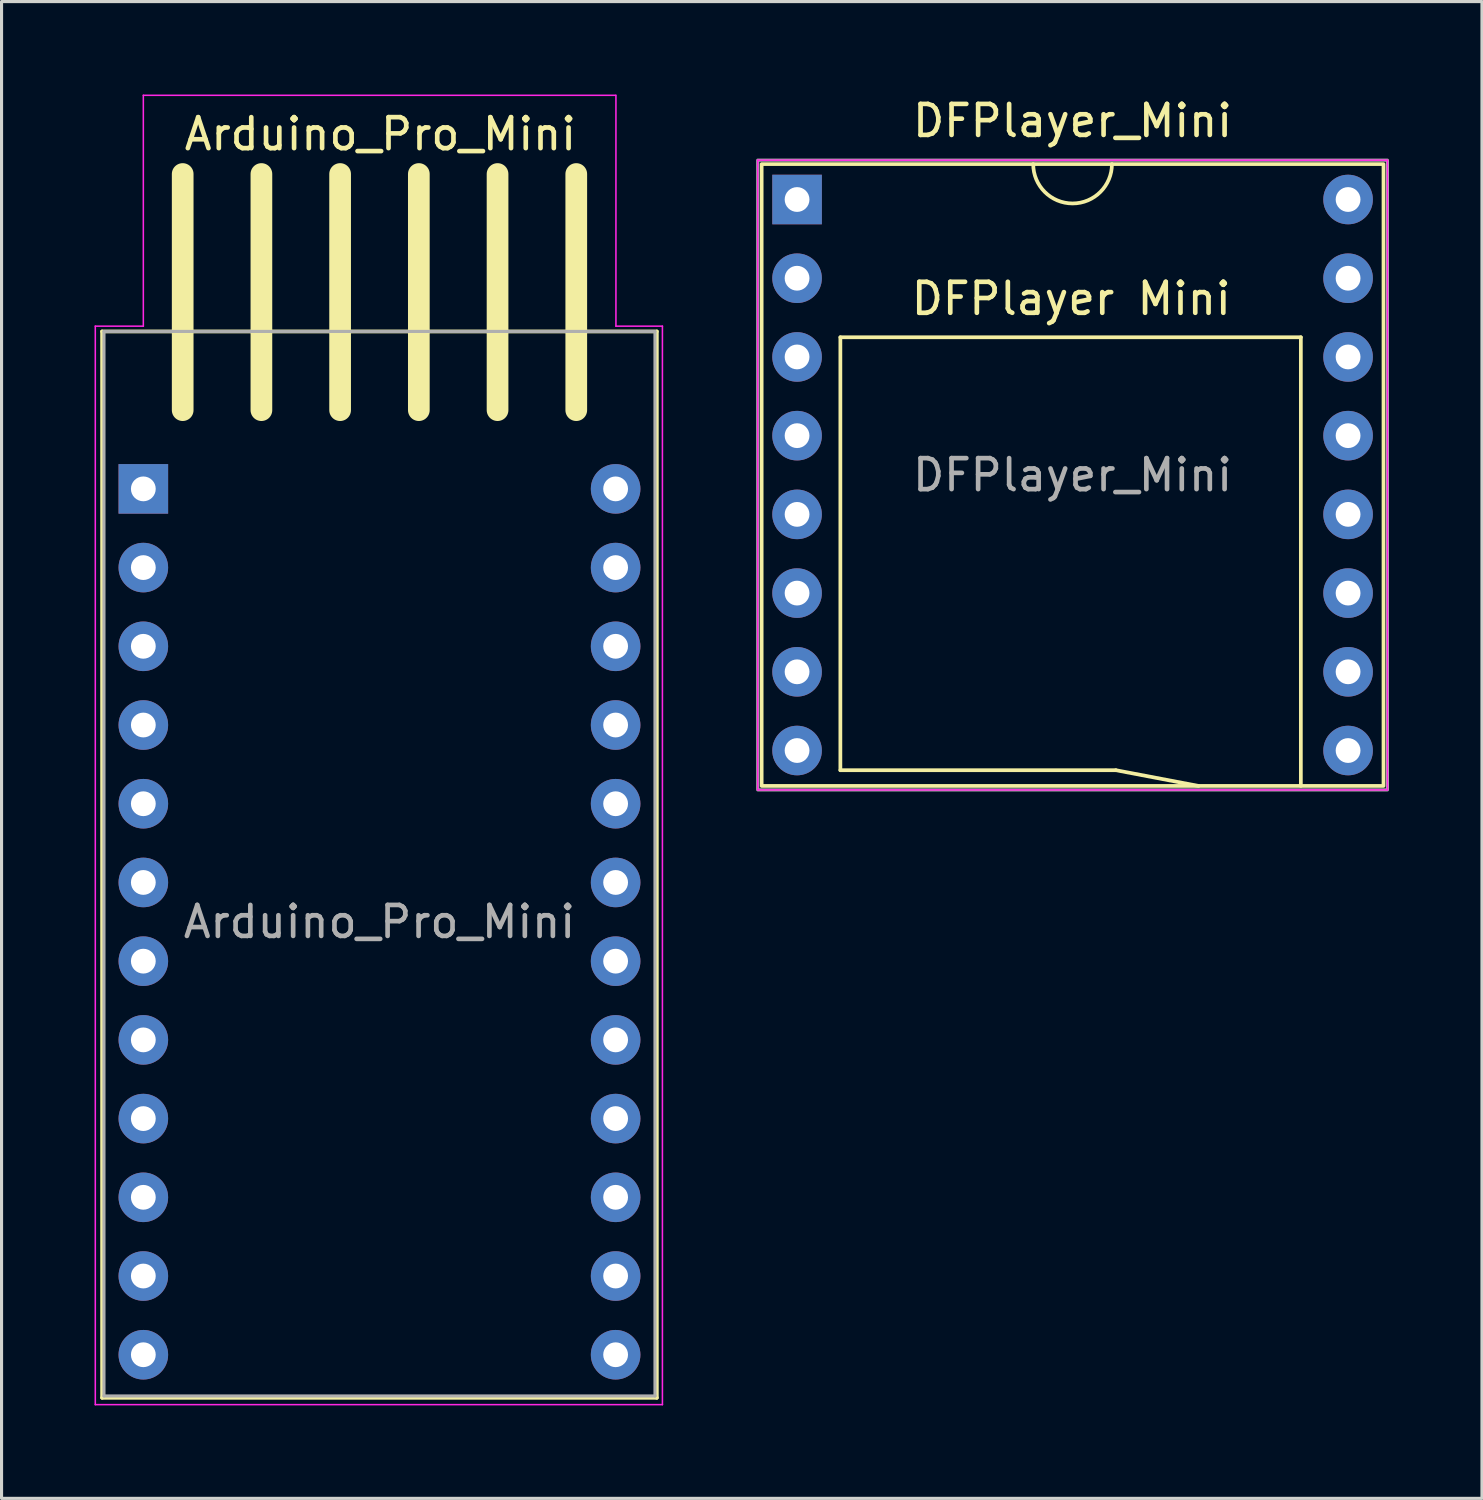
<source format=kicad_pcb>
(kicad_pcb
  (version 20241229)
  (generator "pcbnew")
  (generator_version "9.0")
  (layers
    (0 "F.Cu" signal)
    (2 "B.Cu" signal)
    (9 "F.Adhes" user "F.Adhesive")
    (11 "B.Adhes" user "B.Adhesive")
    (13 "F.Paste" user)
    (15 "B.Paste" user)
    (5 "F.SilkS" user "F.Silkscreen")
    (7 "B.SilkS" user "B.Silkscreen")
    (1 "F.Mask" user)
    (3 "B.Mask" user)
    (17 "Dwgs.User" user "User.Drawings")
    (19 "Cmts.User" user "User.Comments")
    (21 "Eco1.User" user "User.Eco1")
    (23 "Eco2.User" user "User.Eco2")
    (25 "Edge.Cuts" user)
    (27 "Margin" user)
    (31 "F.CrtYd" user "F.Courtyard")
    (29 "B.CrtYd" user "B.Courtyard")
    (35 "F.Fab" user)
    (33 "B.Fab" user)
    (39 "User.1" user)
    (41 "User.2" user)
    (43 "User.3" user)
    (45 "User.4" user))
  (footprint "DFPlayer_Mini"
    (layer "F.Cu")
    (at 22.67 3.388)
    (property "Reference" "DFPlayer_Mini" (at 8.89 -2.54 0) (layer "F.SilkS") (effects (font (size 1 1) (thickness 0.15))))
    (attr through_hole)
    (fp_line (start 1.397 4.445) (end 1.397 18.415) (stroke (width 0.12) (type solid)) (layer "F.SilkS"))
    (fp_line (start 1.397 4.445) (end 16.256 4.445) (stroke (width 0.12) (type solid)) (layer "F.SilkS"))
    (fp_line (start 1.397 18.415) (end 10.287 18.415) (stroke (width 0.12) (type solid)) (layer "F.SilkS"))
    (fp_line (start 12.954 18.923) (end 10.287 18.415) (stroke (width 0.12) (type solid)) (layer "F.SilkS"))
    (fp_line (start 16.256 4.445) (end 16.256 18.923) (stroke (width 0.12) (type solid)) (layer "F.SilkS"))
    (fp_rect (start -1.143 -1.143) (end 18.923 18.923) (stroke (width 0.12) (type solid)) (fill no) (layer "F.SilkS"))
    (fp_arc (start 10.16 -1.143) (mid 8.89 0.127) (end 7.62 -1.143) (stroke (width 0.12) (type solid)) (layer "F.SilkS"))
    (fp_line (start -1.27 -1.27) (end -1.27 19.05) (stroke (width 0.05) (type solid)) (layer "F.CrtYd"))
    (fp_line (start -1.27 19.05) (end 19.05 19.05) (stroke (width 0.05) (type solid)) (layer "F.CrtYd"))
    (fp_line (start 19.05 -1.27) (end -1.27 -1.27) (stroke (width 0.05) (type solid)) (layer "F.CrtYd"))
    (fp_line (start 19.05 19.05) (end 19.05 -1.27) (stroke (width 0.05) (type solid)) (layer "F.CrtYd"))
    (fp_rect (start -1.27 -1.27) (end 19.05 19.05) (stroke (width 0.1) (type solid)) (fill no) (layer "F.Fab"))
    (fp_text user "DFPlayer Mini" (at 3.607 3.785 0) (unlocked yes) (layer "F.SilkS") (effects (font (size 1 1) (thickness 0.15)) (justify left bottom)))
    (fp_text user "${REFERENCE}" (at 8.89 8.89 0) (layer "F.Fab") (effects (font (size 1 1) (thickness 0.15))))
    (pad "1" thru_hole rect (at 0 0) (size 1.6 1.6) (drill 0.8) (layers "*.Cu" "*.Mask"))
    (pad "2" thru_hole oval (at 0 2.54) (size 1.6 1.6) (drill 0.8) (layers "*.Cu" "*.Mask"))
    (pad "3" thru_hole oval (at 0 5.08) (size 1.6 1.6) (drill 0.8) (layers "*.Cu" "*.Mask"))
    (pad "4" thru_hole oval (at 0 7.62) (size 1.6 1.6) (drill 0.8) (layers "*.Cu" "*.Mask"))
    (pad "5" thru_hole oval (at 0 10.16) (size 1.6 1.6) (drill 0.8) (layers "*.Cu" "*.Mask"))
    (pad "6" thru_hole oval (at 0 12.7) (size 1.6 1.6) (drill 0.8) (layers "*.Cu" "*.Mask"))
    (pad "7" thru_hole oval (at 0 15.24) (size 1.6 1.6) (drill 0.8) (layers "*.Cu" "*.Mask"))
    (pad "8" thru_hole oval (at 0 17.78) (size 1.6 1.6) (drill 0.8) (layers "*.Cu" "*.Mask"))
    (pad "9" thru_hole oval (at 17.78 17.78) (size 1.6 1.6) (drill 0.8) (layers "*.Cu" "*.Mask"))
    (pad "10" thru_hole oval (at 17.78 15.24) (size 1.6 1.6) (drill 0.8) (layers "*.Cu" "*.Mask"))
    (pad "11" thru_hole oval (at 17.78 12.7) (size 1.6 1.6) (drill 0.8) (layers "*.Cu" "*.Mask"))
    (pad "12" thru_hole oval (at 17.78 10.16) (size 1.6 1.6) (drill 0.8) (layers "*.Cu" "*.Mask"))
    (pad "13" thru_hole oval (at 17.78 7.62) (size 1.6 1.6) (drill 0.8) (layers "*.Cu" "*.Mask"))
    (pad "14" thru_hole oval (at 17.78 5.08) (size 1.6 1.6) (drill 0.8) (layers "*.Cu" "*.Mask"))
    (pad "15" thru_hole oval (at 17.78 2.54) (size 1.6 1.6) (drill 0.8) (layers "*.Cu" "*.Mask"))
    (pad "16" thru_hole oval (at 17.78 0) (size 1.6 1.6) (drill 0.8) (layers "*.Cu" "*.Mask")))
  (footprint "Arduino_Pro_Mini"
    (layer "F.Cu")
    (at 1.575 12.725)
    (property "Reference" "Arduino_Pro_Mini" (at 7.65 -11.45 0) (layer "F.SilkS") (effects (font (size 1 1) (thickness 0.15))))
    (attr through_hole)
    (fp_line (start -1.33 -5.08) (end -1.33 29.33) (stroke (width 0.12) (type solid)) (layer "F.SilkS"))
    (fp_line (start -1.33 29.33) (end 16.57 29.33) (stroke (width 0.12) (type solid)) (layer "F.SilkS"))
    (fp_line (start 1.27 -2.54) (end 1.27 -10.16) (stroke (width 0.7) (type solid)) (layer "F.SilkS"))
    (fp_line (start 3.81 -2.54) (end 3.81 -10.16) (stroke (width 0.7) (type solid)) (layer "F.SilkS"))
    (fp_line (start 6.35 -2.54) (end 6.35 -10.16) (stroke (width 0.7) (type solid)) (layer "F.SilkS"))
    (fp_line (start 8.89 -2.54) (end 8.89 -10.16) (stroke (width 0.7) (type solid)) (layer "F.SilkS"))
    (fp_line (start 11.43 -2.54) (end 11.43 -10.16) (stroke (width 0.7) (type solid)) (layer "F.SilkS"))
    (fp_line (start 13.97 -2.54) (end 13.97 -10.16) (stroke (width 0.7) (type solid)) (layer "F.SilkS"))
    (fp_line (start 16.57 -5.08) (end -1.33 -5.08) (stroke (width 0.12) (type solid)) (layer "F.SilkS"))
    (fp_line (start 16.57 29.33) (end 16.57 -5.08) (stroke (width 0.12) (type solid)) (layer "F.SilkS"))
    (fp_line (start -1.55 -5.25) (end -1.55 29.55) (stroke (width 0.05) (type solid)) (layer "F.CrtYd"))
    (fp_line (start -1.55 -5.25) (end 0 -5.25) (stroke (width 0.05) (type solid)) (layer "F.CrtYd"))
    (fp_line (start -1.55 29.55) (end 16.75 29.55) (stroke (width 0.05) (type solid)) (layer "F.CrtYd"))
    (fp_line (start 0 -5.25) (end 0 -12.7) (stroke (width 0.05) (type solid)) (layer "F.CrtYd"))
    (fp_line (start 15.24 -12.7) (end 0 -12.7) (stroke (width 0.05) (type solid)) (layer "F.CrtYd"))
    (fp_line (start 15.25 -5.25) (end 15.25 -12.7) (stroke (width 0.05) (type solid)) (layer "F.CrtYd"))
    (fp_line (start 16.75 -5.25) (end 15.25 -5.25) (stroke (width 0.05) (type solid)) (layer "F.CrtYd"))
    (fp_line (start 16.75 29.55) (end 16.75 -5.25) (stroke (width 0.05) (type solid)) (layer "F.CrtYd"))
    (fp_line (start -1.27 -5.08) (end -1.27 29.27) (stroke (width 0.1) (type solid)) (layer "F.Fab"))
    (fp_line (start -1.27 29.27) (end 16.51 29.27) (stroke (width 0.1) (type solid)) (layer "F.Fab"))
    (fp_line (start 16.51 -5.08) (end -1.27 -5.08) (stroke (width 0.1) (type solid)) (layer "F.Fab"))
    (fp_line (start 16.51 29.27) (end 16.51 -5.08) (stroke (width 0.1) (type solid)) (layer "F.Fab"))
    (fp_text user "${REFERENCE}" (at 7.62 13.97 0) (layer "F.Fab") (effects (font (size 1 1) (thickness 0.15))))
    (pad "1" thru_hole rect (at 0 0) (size 1.6 1.6) (drill 0.8) (layers "*.Cu" "*.Mask"))
    (pad "2" thru_hole oval (at 0 2.54) (size 1.6 1.6) (drill 0.8) (layers "*.Cu" "*.Mask"))
    (pad "3" thru_hole oval (at 0 5.08) (size 1.6 1.6) (drill 0.8) (layers "*.Cu" "*.Mask"))
    (pad "4" thru_hole oval (at 0 7.62) (size 1.6 1.6) (drill 0.8) (layers "*.Cu" "*.Mask"))
    (pad "5" thru_hole oval (at 0 10.16) (size 1.6 1.6) (drill 0.8) (layers "*.Cu" "*.Mask"))
    (pad "6" thru_hole oval (at 0 12.7) (size 1.6 1.6) (drill 0.8) (layers "*.Cu" "*.Mask"))
    (pad "7" thru_hole oval (at 0 15.24) (size 1.6 1.6) (drill 0.8) (layers "*.Cu" "*.Mask"))
    (pad "8" thru_hole oval (at 0 17.78) (size 1.6 1.6) (drill 0.8) (layers "*.Cu" "*.Mask"))
    (pad "9" thru_hole oval (at 0 20.32) (size 1.6 1.6) (drill 0.8) (layers "*.Cu" "*.Mask"))
    (pad "10" thru_hole oval (at 0 22.86) (size 1.6 1.6) (drill 0.8) (layers "*.Cu" "*.Mask"))
    (pad "11" thru_hole oval (at 0 25.4) (size 1.6 1.6) (drill 0.8) (layers "*.Cu" "*.Mask"))
    (pad "12" thru_hole oval (at 0 27.94) (size 1.6 1.6) (drill 0.8) (layers "*.Cu" "*.Mask"))
    (pad "13" thru_hole oval (at 15.24 27.94) (size 1.6 1.6) (drill 0.8) (layers "*.Cu" "*.Mask"))
    (pad "14" thru_hole oval (at 15.24 25.4) (size 1.6 1.6) (drill 0.8) (layers "*.Cu" "*.Mask"))
    (pad "15" thru_hole oval (at 15.24 22.86) (size 1.6 1.6) (drill 0.8) (layers "*.Cu" "*.Mask"))
    (pad "16" thru_hole oval (at 15.24 20.32) (size 1.6 1.6) (drill 0.8) (layers "*.Cu" "*.Mask"))
    (pad "17" thru_hole oval (at 15.24 17.78) (size 1.6 1.6) (drill 0.8) (layers "*.Cu" "*.Mask"))
    (pad "18" thru_hole oval (at 15.24 15.24) (size 1.6 1.6) (drill 0.8) (layers "*.Cu" "*.Mask"))
    (pad "19" thru_hole oval (at 15.24 12.7) (size 1.6 1.6) (drill 0.8) (layers "*.Cu" "*.Mask"))
    (pad "20" thru_hole oval (at 15.24 10.16) (size 1.6 1.6) (drill 0.8) (layers "*.Cu" "*.Mask"))
    (pad "21" thru_hole oval (at 15.24 7.62) (size 1.6 1.6) (drill 0.8) (layers "*.Cu" "*.Mask"))
    (pad "22" thru_hole oval (at 15.24 5.08) (size 1.6 1.6) (drill 0.8) (layers "*.Cu" "*.Mask"))
    (pad "23" thru_hole oval (at 15.24 2.54) (size 1.6 1.6) (drill 0.8) (layers "*.Cu" "*.Mask"))
    (pad "24" thru_hole oval (at 15.24 0) (size 1.6 1.6) (drill 0.8) (layers "*.Cu" "*.Mask")))
  (gr_rect
    (start -3 -3)
    (end 44.77 45.3)
    (stroke (width 0.1) (type default))
    (fill no)
    (layer "Edge.Cuts")))
</source>
